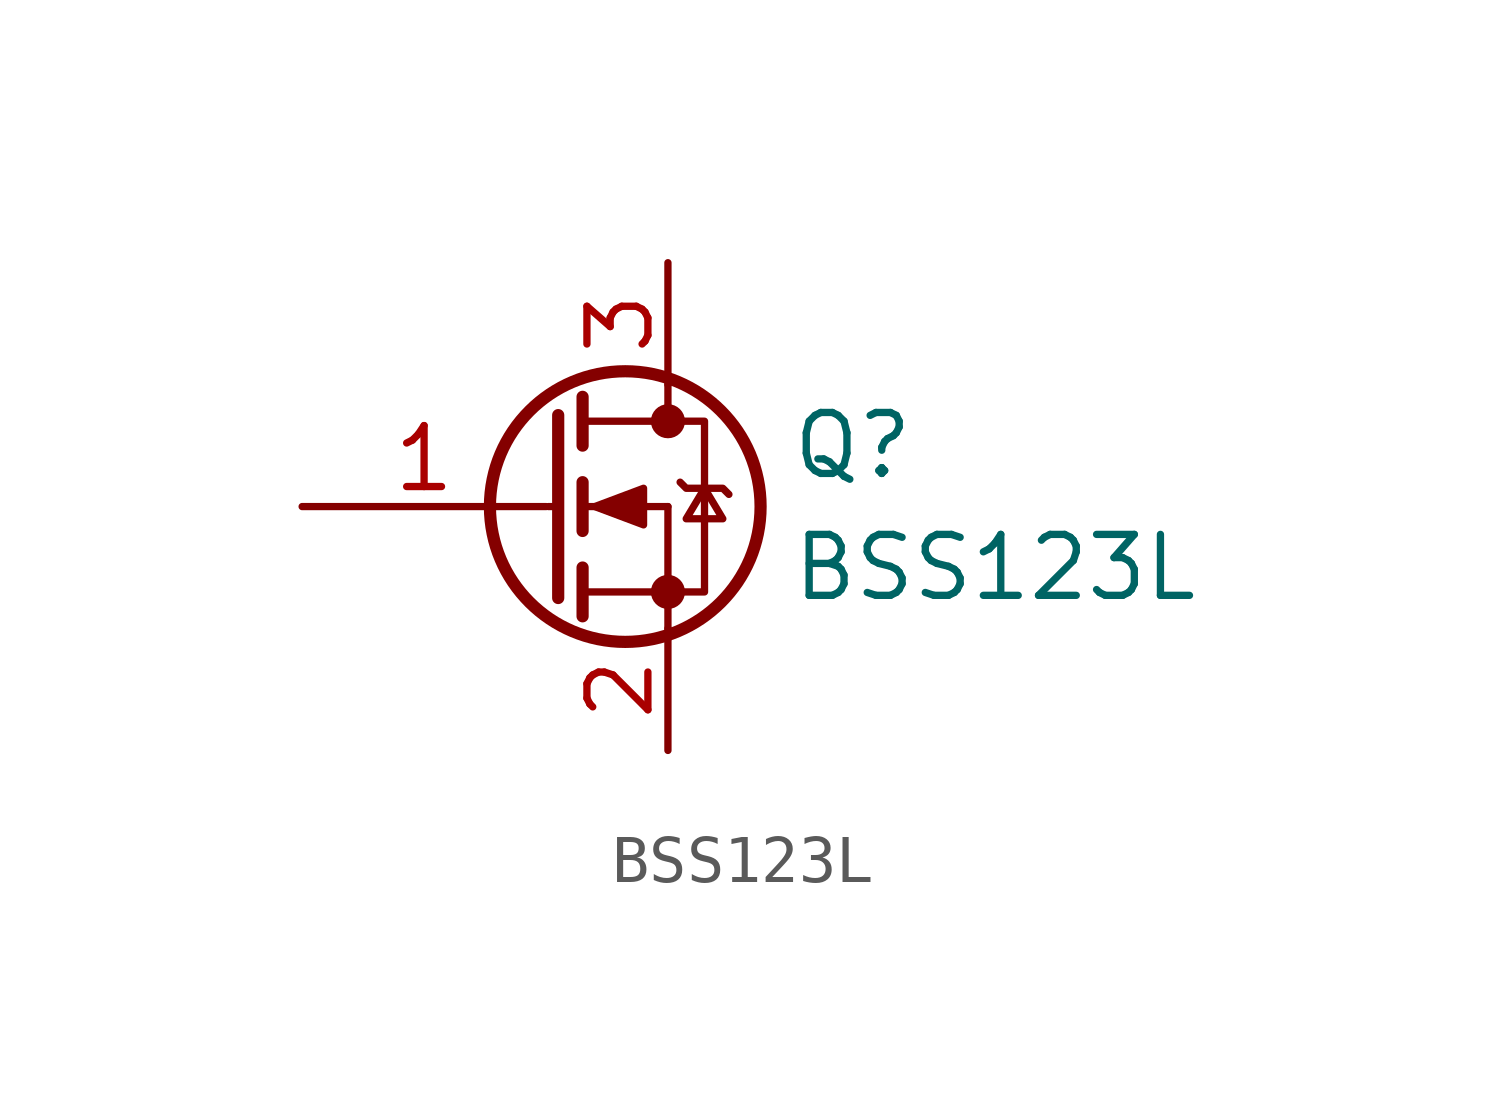
<source format=kicad_sym>
(kicad_symbol_lib
  (version 20200126)
  (host kicad_symbol_editor "(5.99.0-2251-g5226d6b4d)")
  (symbol "BSS123L:BSS123L"
    (pin_names
      (offset 0) hide)
    (property "Reference" "Q"
      (at 5.08 1.27 0)
      (effects (font (size 1.27 1.27)) (justify left)))
    (property "Value" "BSS123L"
      (at 5.08 -1.27 0)
      (effects (font (size 1.27 1.27)) (justify left)))
    (symbol "BSS123L_0_1"
      (circle (center 1.651 0) (radius 2.819) (stroke (width 0.254)) (fill (type none)))
      (circle (center 2.54 -1.778) (radius 0.279) (stroke (width 0)) (fill (type outline)))
      (circle (center 2.54 1.778) (radius 0.279) (stroke (width 0)) (fill (type outline)))
      (polyline (pts (xy 0.051 0) (xy 0.254 0)) (stroke (width 0)) (fill (type none)))
      (polyline (pts (xy 0.762 -1.778) (xy 2.54 -1.778)) (stroke (width 0)) (fill (type none)))
      (polyline (pts (xy 0.762 -1.27) (xy 0.762 -2.286)) (stroke (width 0.254)) (fill (type none)))
      (polyline (pts (xy 0.762 0) (xy 2.54 0)) (stroke (width 0)) (fill (type none)))
      (polyline (pts (xy 0.762 0.508) (xy 0.762 -0.508)) (stroke (width 0.254)) (fill (type none)))
      (polyline (pts (xy 0.762 1.778) (xy 2.54 1.778)) (stroke (width 0)) (fill (type none)))
      (polyline (pts (xy 0.762 2.286) (xy 0.762 1.27)) (stroke (width 0.254)) (fill (type none)))
      (polyline (pts (xy 2.54 -1.778) (xy 2.54 -2.54)) (stroke (width 0)) (fill (type none)))
      (polyline (pts (xy 2.54 -1.778) (xy 2.54 0)) (stroke (width 0)) (fill (type none)))
      (polyline (pts (xy 2.54 2.54) (xy 2.54 1.778)) (stroke (width 0)) (fill (type none)))
      (polyline (pts (xy 0.254 1.905) (xy 0.254 -1.905) (xy 0.254 -1.905)) (stroke (width 0.254)) (fill (type none)))
      (polyline (pts (xy 2.54 -1.778) (xy 3.302 -1.778) (xy 3.302 1.778) (xy 2.54 1.778)) (stroke (width 0)) (fill (type none)))
      (polyline (pts (xy 2.794 0.508) (xy 2.921 0.381) (xy 3.683 0.381) (xy 3.81 0.254)) (stroke (width 0)) (fill (type none)))
      (polyline (pts (xy 3.302 0.381) (xy 2.921 -0.254) (xy 3.683 -0.254) (xy 3.302 0.381)) (stroke (width 0)) (fill (type none)))
      (polyline (pts (xy 1.016 0) (xy 2.032 0.381) (xy 2.032 -0.381) (xy 1.016 0)) (stroke (width 0)) (fill (type outline))))
    (symbol "BSS123L_1_1"
      (pin input line (at -5.08 0 0) (length 5.08) (name "G" (effects (font (size 1.27 1.27)))) (number "1" (effects (font (size 1.27 1.27)))))
      (pin passive line (at 2.54 -5.08 90) (length 2.54) (name "S" (effects (font (size 1.27 1.27)))) (number "2" (effects (font (size 1.27 1.27)))))
      (pin passive line (at 2.54 5.08 270) (length 2.54) (name "D" (effects (font (size 1.27 1.27)))) (number "3" (effects (font (size 1.27 1.27))))))))
</source>
